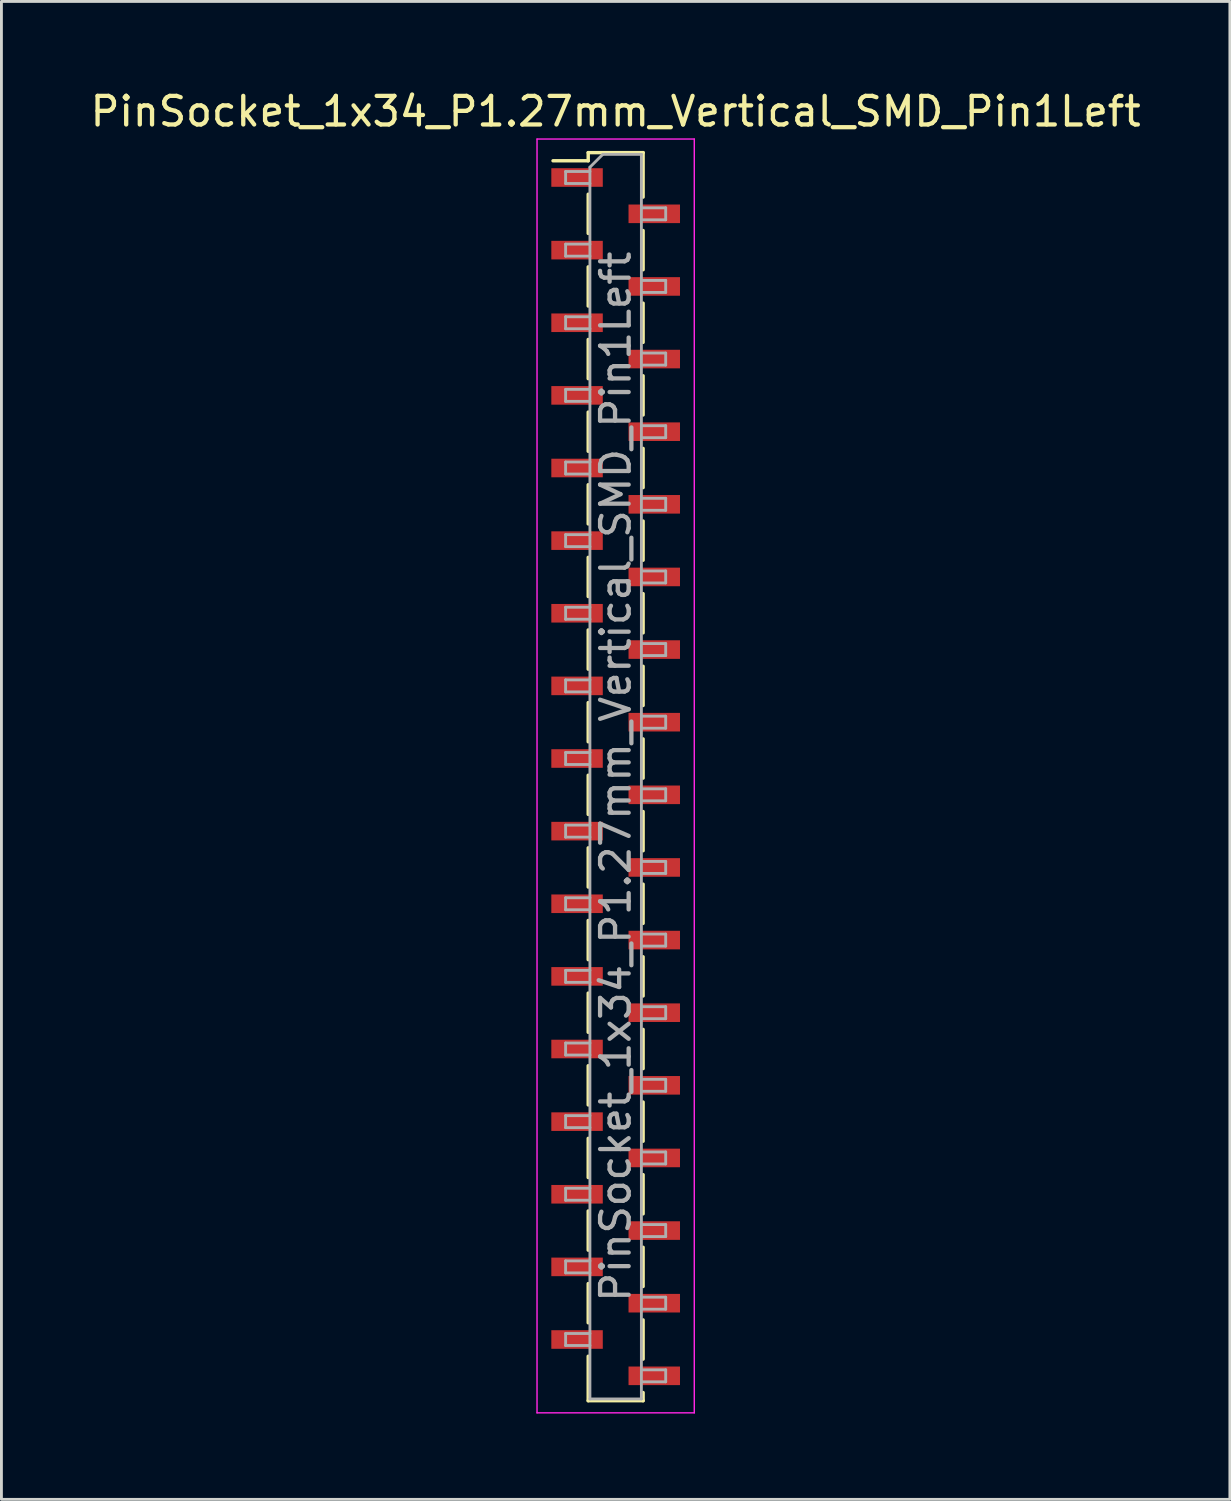
<source format=kicad_pcb>
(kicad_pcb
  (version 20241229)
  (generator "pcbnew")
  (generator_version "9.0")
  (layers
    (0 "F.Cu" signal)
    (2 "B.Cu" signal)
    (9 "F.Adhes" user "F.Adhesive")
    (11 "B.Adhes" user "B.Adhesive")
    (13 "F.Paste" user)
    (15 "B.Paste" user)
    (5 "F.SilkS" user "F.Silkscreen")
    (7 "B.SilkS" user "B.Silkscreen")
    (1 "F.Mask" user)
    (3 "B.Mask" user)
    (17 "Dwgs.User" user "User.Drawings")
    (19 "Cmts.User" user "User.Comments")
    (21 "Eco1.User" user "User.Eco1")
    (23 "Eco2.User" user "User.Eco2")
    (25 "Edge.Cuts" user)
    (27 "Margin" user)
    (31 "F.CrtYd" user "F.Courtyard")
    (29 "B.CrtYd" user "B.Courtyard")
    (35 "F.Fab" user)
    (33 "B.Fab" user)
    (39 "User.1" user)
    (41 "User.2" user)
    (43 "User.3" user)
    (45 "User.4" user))
  (footprint "PinSocket_1x34_P1.27mm_Vertical_SMD_Pin1Left"
    (layer "F.Cu")
    (at 18.482 24.113)
    (property "Reference" "PinSocket_1x34_P1.27mm_Vertical_SMD_Pin1Left" (at 0 -23.265 0) (layer "F.SilkS") (effects (font (size 1 1) (thickness 0.15))))
    (attr smd)
    (fp_line (start -2.19 -21.54) (end -0.96 -21.54) (stroke (width 0.12) (type solid)) (layer "F.SilkS"))
    (fp_line (start -0.96 -21.825) (end -0.96 -21.54) (stroke (width 0.12) (type solid)) (layer "F.SilkS"))
    (fp_line (start -0.96 -21.825) (end 0.96 -21.825) (stroke (width 0.12) (type solid)) (layer "F.SilkS"))
    (fp_line (start -0.96 -20.37) (end -0.96 -19) (stroke (width 0.12) (type solid)) (layer "F.SilkS"))
    (fp_line (start -0.96 -17.83) (end -0.96 -16.46) (stroke (width 0.12) (type solid)) (layer "F.SilkS"))
    (fp_line (start -0.96 -15.29) (end -0.96 -13.92) (stroke (width 0.12) (type solid)) (layer "F.SilkS"))
    (fp_line (start -0.96 -12.75) (end -0.96 -11.38) (stroke (width 0.12) (type solid)) (layer "F.SilkS"))
    (fp_line (start -0.96 -10.21) (end -0.96 -8.84) (stroke (width 0.12) (type solid)) (layer "F.SilkS"))
    (fp_line (start -0.96 -7.67) (end -0.96 -6.3) (stroke (width 0.12) (type solid)) (layer "F.SilkS"))
    (fp_line (start -0.96 -5.13) (end -0.96 -3.76) (stroke (width 0.12) (type solid)) (layer "F.SilkS"))
    (fp_line (start -0.96 -2.59) (end -0.96 -1.22) (stroke (width 0.12) (type solid)) (layer "F.SilkS"))
    (fp_line (start -0.96 -0.05) (end -0.96 1.32) (stroke (width 0.12) (type solid)) (layer "F.SilkS"))
    (fp_line (start -0.96 2.49) (end -0.96 3.86) (stroke (width 0.12) (type solid)) (layer "F.SilkS"))
    (fp_line (start -0.96 5.03) (end -0.96 6.4) (stroke (width 0.12) (type solid)) (layer "F.SilkS"))
    (fp_line (start -0.96 7.57) (end -0.96 8.94) (stroke (width 0.12) (type solid)) (layer "F.SilkS"))
    (fp_line (start -0.96 10.11) (end -0.96 11.48) (stroke (width 0.12) (type solid)) (layer "F.SilkS"))
    (fp_line (start -0.96 12.65) (end -0.96 14.02) (stroke (width 0.12) (type solid)) (layer "F.SilkS"))
    (fp_line (start -0.96 15.19) (end -0.96 16.56) (stroke (width 0.12) (type solid)) (layer "F.SilkS"))
    (fp_line (start -0.96 17.73) (end -0.96 19.1) (stroke (width 0.12) (type solid)) (layer "F.SilkS"))
    (fp_line (start -0.96 20.27) (end -0.96 21.825) (stroke (width 0.12) (type solid)) (layer "F.SilkS"))
    (fp_line (start -0.96 21.825) (end 0.96 21.825) (stroke (width 0.12) (type solid)) (layer "F.SilkS"))
    (fp_line (start 0.96 -21.825) (end 0.96 -20.27) (stroke (width 0.12) (type solid)) (layer "F.SilkS"))
    (fp_line (start 0.96 -19.1) (end 0.96 -17.73) (stroke (width 0.12) (type solid)) (layer "F.SilkS"))
    (fp_line (start 0.96 -16.56) (end 0.96 -15.19) (stroke (width 0.12) (type solid)) (layer "F.SilkS"))
    (fp_line (start 0.96 -14.02) (end 0.96 -12.65) (stroke (width 0.12) (type solid)) (layer "F.SilkS"))
    (fp_line (start 0.96 -11.48) (end 0.96 -10.11) (stroke (width 0.12) (type solid)) (layer "F.SilkS"))
    (fp_line (start 0.96 -8.94) (end 0.96 -7.57) (stroke (width 0.12) (type solid)) (layer "F.SilkS"))
    (fp_line (start 0.96 -6.4) (end 0.96 -5.03) (stroke (width 0.12) (type solid)) (layer "F.SilkS"))
    (fp_line (start 0.96 -3.86) (end 0.96 -2.49) (stroke (width 0.12) (type solid)) (layer "F.SilkS"))
    (fp_line (start 0.96 -1.32) (end 0.96 0.05) (stroke (width 0.12) (type solid)) (layer "F.SilkS"))
    (fp_line (start 0.96 1.22) (end 0.96 2.59) (stroke (width 0.12) (type solid)) (layer "F.SilkS"))
    (fp_line (start 0.96 3.76) (end 0.96 5.13) (stroke (width 0.12) (type solid)) (layer "F.SilkS"))
    (fp_line (start 0.96 6.3) (end 0.96 7.67) (stroke (width 0.12) (type solid)) (layer "F.SilkS"))
    (fp_line (start 0.96 8.84) (end 0.96 10.21) (stroke (width 0.12) (type solid)) (layer "F.SilkS"))
    (fp_line (start 0.96 11.38) (end 0.96 12.75) (stroke (width 0.12) (type solid)) (layer "F.SilkS"))
    (fp_line (start 0.96 13.92) (end 0.96 15.29) (stroke (width 0.12) (type solid)) (layer "F.SilkS"))
    (fp_line (start 0.96 16.46) (end 0.96 17.83) (stroke (width 0.12) (type solid)) (layer "F.SilkS"))
    (fp_line (start 0.96 19) (end 0.96 20.37) (stroke (width 0.12) (type solid)) (layer "F.SilkS"))
    (fp_line (start 0.96 21.54) (end 0.96 21.825) (stroke (width 0.12) (type solid)) (layer "F.SilkS"))
    (fp_line (start -2.75 -22.3) (end 2.75 -22.3) (stroke (width 0.05) (type solid)) (layer "F.CrtYd"))
    (fp_line (start -2.75 22.25) (end -2.75 -22.3) (stroke (width 0.05) (type solid)) (layer "F.CrtYd"))
    (fp_line (start 2.75 -22.3) (end 2.75 22.25) (stroke (width 0.05) (type solid)) (layer "F.CrtYd"))
    (fp_line (start 2.75 22.25) (end -2.75 22.25) (stroke (width 0.05) (type solid)) (layer "F.CrtYd"))
    (fp_line (start -1.75 -21.165) (end -0.9 -21.165) (stroke (width 0.1) (type solid)) (layer "F.Fab"))
    (fp_line (start -1.75 -20.745) (end -1.75 -21.165) (stroke (width 0.1) (type solid)) (layer "F.Fab"))
    (fp_line (start -1.75 -18.625) (end -0.9 -18.625) (stroke (width 0.1) (type solid)) (layer "F.Fab"))
    (fp_line (start -1.75 -18.205) (end -1.75 -18.625) (stroke (width 0.1) (type solid)) (layer "F.Fab"))
    (fp_line (start -1.75 -16.085) (end -0.9 -16.085) (stroke (width 0.1) (type solid)) (layer "F.Fab"))
    (fp_line (start -1.75 -15.665) (end -1.75 -16.085) (stroke (width 0.1) (type solid)) (layer "F.Fab"))
    (fp_line (start -1.75 -13.545) (end -0.9 -13.545) (stroke (width 0.1) (type solid)) (layer "F.Fab"))
    (fp_line (start -1.75 -13.125) (end -1.75 -13.545) (stroke (width 0.1) (type solid)) (layer "F.Fab"))
    (fp_line (start -1.75 -11.005) (end -0.9 -11.005) (stroke (width 0.1) (type solid)) (layer "F.Fab"))
    (fp_line (start -1.75 -10.585) (end -1.75 -11.005) (stroke (width 0.1) (type solid)) (layer "F.Fab"))
    (fp_line (start -1.75 -8.465) (end -0.9 -8.465) (stroke (width 0.1) (type solid)) (layer "F.Fab"))
    (fp_line (start -1.75 -8.045) (end -1.75 -8.465) (stroke (width 0.1) (type solid)) (layer "F.Fab"))
    (fp_line (start -1.75 -5.925) (end -0.9 -5.925) (stroke (width 0.1) (type solid)) (layer "F.Fab"))
    (fp_line (start -1.75 -5.505) (end -1.75 -5.925) (stroke (width 0.1) (type solid)) (layer "F.Fab"))
    (fp_line (start -1.75 -3.385) (end -0.9 -3.385) (stroke (width 0.1) (type solid)) (layer "F.Fab"))
    (fp_line (start -1.75 -2.965) (end -1.75 -3.385) (stroke (width 0.1) (type solid)) (layer "F.Fab"))
    (fp_line (start -1.75 -0.845) (end -0.9 -0.845) (stroke (width 0.1) (type solid)) (layer "F.Fab"))
    (fp_line (start -1.75 -0.425) (end -1.75 -0.845) (stroke (width 0.1) (type solid)) (layer "F.Fab"))
    (fp_line (start -1.75 1.695) (end -0.9 1.695) (stroke (width 0.1) (type solid)) (layer "F.Fab"))
    (fp_line (start -1.75 2.115) (end -1.75 1.695) (stroke (width 0.1) (type solid)) (layer "F.Fab"))
    (fp_line (start -1.75 4.235) (end -0.9 4.235) (stroke (width 0.1) (type solid)) (layer "F.Fab"))
    (fp_line (start -1.75 4.655) (end -1.75 4.235) (stroke (width 0.1) (type solid)) (layer "F.Fab"))
    (fp_line (start -1.75 6.775) (end -0.9 6.775) (stroke (width 0.1) (type solid)) (layer "F.Fab"))
    (fp_line (start -1.75 7.195) (end -1.75 6.775) (stroke (width 0.1) (type solid)) (layer "F.Fab"))
    (fp_line (start -1.75 9.315) (end -0.9 9.315) (stroke (width 0.1) (type solid)) (layer "F.Fab"))
    (fp_line (start -1.75 9.735) (end -1.75 9.315) (stroke (width 0.1) (type solid)) (layer "F.Fab"))
    (fp_line (start -1.75 11.855) (end -0.9 11.855) (stroke (width 0.1) (type solid)) (layer "F.Fab"))
    (fp_line (start -1.75 12.275) (end -1.75 11.855) (stroke (width 0.1) (type solid)) (layer "F.Fab"))
    (fp_line (start -1.75 14.395) (end -0.9 14.395) (stroke (width 0.1) (type solid)) (layer "F.Fab"))
    (fp_line (start -1.75 14.815) (end -1.75 14.395) (stroke (width 0.1) (type solid)) (layer "F.Fab"))
    (fp_line (start -1.75 16.935) (end -0.9 16.935) (stroke (width 0.1) (type solid)) (layer "F.Fab"))
    (fp_line (start -1.75 17.355) (end -1.75 16.935) (stroke (width 0.1) (type solid)) (layer "F.Fab"))
    (fp_line (start -1.75 19.475) (end -0.9 19.475) (stroke (width 0.1) (type solid)) (layer "F.Fab"))
    (fp_line (start -1.75 19.895) (end -1.75 19.475) (stroke (width 0.1) (type solid)) (layer "F.Fab"))
    (fp_line (start -0.9 -21.315) (end -0.45 -21.765) (stroke (width 0.1) (type solid)) (layer "F.Fab"))
    (fp_line (start -0.9 -20.745) (end -1.75 -20.745) (stroke (width 0.1) (type solid)) (layer "F.Fab"))
    (fp_line (start -0.9 -18.205) (end -1.75 -18.205) (stroke (width 0.1) (type solid)) (layer "F.Fab"))
    (fp_line (start -0.9 -15.665) (end -1.75 -15.665) (stroke (width 0.1) (type solid)) (layer "F.Fab"))
    (fp_line (start -0.9 -13.125) (end -1.75 -13.125) (stroke (width 0.1) (type solid)) (layer "F.Fab"))
    (fp_line (start -0.9 -10.585) (end -1.75 -10.585) (stroke (width 0.1) (type solid)) (layer "F.Fab"))
    (fp_line (start -0.9 -8.045) (end -1.75 -8.045) (stroke (width 0.1) (type solid)) (layer "F.Fab"))
    (fp_line (start -0.9 -5.505) (end -1.75 -5.505) (stroke (width 0.1) (type solid)) (layer "F.Fab"))
    (fp_line (start -0.9 -2.965) (end -1.75 -2.965) (stroke (width 0.1) (type solid)) (layer "F.Fab"))
    (fp_line (start -0.9 -0.425) (end -1.75 -0.425) (stroke (width 0.1) (type solid)) (layer "F.Fab"))
    (fp_line (start -0.9 2.115) (end -1.75 2.115) (stroke (width 0.1) (type solid)) (layer "F.Fab"))
    (fp_line (start -0.9 4.655) (end -1.75 4.655) (stroke (width 0.1) (type solid)) (layer "F.Fab"))
    (fp_line (start -0.9 7.195) (end -1.75 7.195) (stroke (width 0.1) (type solid)) (layer "F.Fab"))
    (fp_line (start -0.9 9.735) (end -1.75 9.735) (stroke (width 0.1) (type solid)) (layer "F.Fab"))
    (fp_line (start -0.9 12.275) (end -1.75 12.275) (stroke (width 0.1) (type solid)) (layer "F.Fab"))
    (fp_line (start -0.9 14.815) (end -1.75 14.815) (stroke (width 0.1) (type solid)) (layer "F.Fab"))
    (fp_line (start -0.9 17.355) (end -1.75 17.355) (stroke (width 0.1) (type solid)) (layer "F.Fab"))
    (fp_line (start -0.9 19.895) (end -1.75 19.895) (stroke (width 0.1) (type solid)) (layer "F.Fab"))
    (fp_line (start -0.9 21.765) (end -0.9 -21.315) (stroke (width 0.1) (type solid)) (layer "F.Fab"))
    (fp_line (start -0.45 -21.765) (end 0.9 -21.765) (stroke (width 0.1) (type solid)) (layer "F.Fab"))
    (fp_line (start 0.9 -21.765) (end 0.9 21.765) (stroke (width 0.1) (type solid)) (layer "F.Fab"))
    (fp_line (start 0.9 -19.895) (end 1.75 -19.895) (stroke (width 0.1) (type solid)) (layer "F.Fab"))
    (fp_line (start 0.9 -17.355) (end 1.75 -17.355) (stroke (width 0.1) (type solid)) (layer "F.Fab"))
    (fp_line (start 0.9 -14.815) (end 1.75 -14.815) (stroke (width 0.1) (type solid)) (layer "F.Fab"))
    (fp_line (start 0.9 -12.275) (end 1.75 -12.275) (stroke (width 0.1) (type solid)) (layer "F.Fab"))
    (fp_line (start 0.9 -9.735) (end 1.75 -9.735) (stroke (width 0.1) (type solid)) (layer "F.Fab"))
    (fp_line (start 0.9 -7.195) (end 1.75 -7.195) (stroke (width 0.1) (type solid)) (layer "F.Fab"))
    (fp_line (start 0.9 -4.655) (end 1.75 -4.655) (stroke (width 0.1) (type solid)) (layer "F.Fab"))
    (fp_line (start 0.9 -2.115) (end 1.75 -2.115) (stroke (width 0.1) (type solid)) (layer "F.Fab"))
    (fp_line (start 0.9 0.425) (end 1.75 0.425) (stroke (width 0.1) (type solid)) (layer "F.Fab"))
    (fp_line (start 0.9 2.965) (end 1.75 2.965) (stroke (width 0.1) (type solid)) (layer "F.Fab"))
    (fp_line (start 0.9 5.505) (end 1.75 5.505) (stroke (width 0.1) (type solid)) (layer "F.Fab"))
    (fp_line (start 0.9 8.045) (end 1.75 8.045) (stroke (width 0.1) (type solid)) (layer "F.Fab"))
    (fp_line (start 0.9 10.585) (end 1.75 10.585) (stroke (width 0.1) (type solid)) (layer "F.Fab"))
    (fp_line (start 0.9 13.125) (end 1.75 13.125) (stroke (width 0.1) (type solid)) (layer "F.Fab"))
    (fp_line (start 0.9 15.665) (end 1.75 15.665) (stroke (width 0.1) (type solid)) (layer "F.Fab"))
    (fp_line (start 0.9 18.205) (end 1.75 18.205) (stroke (width 0.1) (type solid)) (layer "F.Fab"))
    (fp_line (start 0.9 20.745) (end 1.75 20.745) (stroke (width 0.1) (type solid)) (layer "F.Fab"))
    (fp_line (start 0.9 21.765) (end -0.9 21.765) (stroke (width 0.1) (type solid)) (layer "F.Fab"))
    (fp_line (start 1.75 -19.895) (end 1.75 -19.475) (stroke (width 0.1) (type solid)) (layer "F.Fab"))
    (fp_line (start 1.75 -19.475) (end 0.9 -19.475) (stroke (width 0.1) (type solid)) (layer "F.Fab"))
    (fp_line (start 1.75 -17.355) (end 1.75 -16.935) (stroke (width 0.1) (type solid)) (layer "F.Fab"))
    (fp_line (start 1.75 -16.935) (end 0.9 -16.935) (stroke (width 0.1) (type solid)) (layer "F.Fab"))
    (fp_line (start 1.75 -14.815) (end 1.75 -14.395) (stroke (width 0.1) (type solid)) (layer "F.Fab"))
    (fp_line (start 1.75 -14.395) (end 0.9 -14.395) (stroke (width 0.1) (type solid)) (layer "F.Fab"))
    (fp_line (start 1.75 -12.275) (end 1.75 -11.855) (stroke (width 0.1) (type solid)) (layer "F.Fab"))
    (fp_line (start 1.75 -11.855) (end 0.9 -11.855) (stroke (width 0.1) (type solid)) (layer "F.Fab"))
    (fp_line (start 1.75 -9.735) (end 1.75 -9.315) (stroke (width 0.1) (type solid)) (layer "F.Fab"))
    (fp_line (start 1.75 -9.315) (end 0.9 -9.315) (stroke (width 0.1) (type solid)) (layer "F.Fab"))
    (fp_line (start 1.75 -7.195) (end 1.75 -6.775) (stroke (width 0.1) (type solid)) (layer "F.Fab"))
    (fp_line (start 1.75 -6.775) (end 0.9 -6.775) (stroke (width 0.1) (type solid)) (layer "F.Fab"))
    (fp_line (start 1.75 -4.655) (end 1.75 -4.235) (stroke (width 0.1) (type solid)) (layer "F.Fab"))
    (fp_line (start 1.75 -4.235) (end 0.9 -4.235) (stroke (width 0.1) (type solid)) (layer "F.Fab"))
    (fp_line (start 1.75 -2.115) (end 1.75 -1.695) (stroke (width 0.1) (type solid)) (layer "F.Fab"))
    (fp_line (start 1.75 -1.695) (end 0.9 -1.695) (stroke (width 0.1) (type solid)) (layer "F.Fab"))
    (fp_line (start 1.75 0.425) (end 1.75 0.845) (stroke (width 0.1) (type solid)) (layer "F.Fab"))
    (fp_line (start 1.75 0.845) (end 0.9 0.845) (stroke (width 0.1) (type solid)) (layer "F.Fab"))
    (fp_line (start 1.75 2.965) (end 1.75 3.385) (stroke (width 0.1) (type solid)) (layer "F.Fab"))
    (fp_line (start 1.75 3.385) (end 0.9 3.385) (stroke (width 0.1) (type solid)) (layer "F.Fab"))
    (fp_line (start 1.75 5.505) (end 1.75 5.925) (stroke (width 0.1) (type solid)) (layer "F.Fab"))
    (fp_line (start 1.75 5.925) (end 0.9 5.925) (stroke (width 0.1) (type solid)) (layer "F.Fab"))
    (fp_line (start 1.75 8.045) (end 1.75 8.465) (stroke (width 0.1) (type solid)) (layer "F.Fab"))
    (fp_line (start 1.75 8.465) (end 0.9 8.465) (stroke (width 0.1) (type solid)) (layer "F.Fab"))
    (fp_line (start 1.75 10.585) (end 1.75 11.005) (stroke (width 0.1) (type solid)) (layer "F.Fab"))
    (fp_line (start 1.75 11.005) (end 0.9 11.005) (stroke (width 0.1) (type solid)) (layer "F.Fab"))
    (fp_line (start 1.75 13.125) (end 1.75 13.545) (stroke (width 0.1) (type solid)) (layer "F.Fab"))
    (fp_line (start 1.75 13.545) (end 0.9 13.545) (stroke (width 0.1) (type solid)) (layer "F.Fab"))
    (fp_line (start 1.75 15.665) (end 1.75 16.085) (stroke (width 0.1) (type solid)) (layer "F.Fab"))
    (fp_line (start 1.75 16.085) (end 0.9 16.085) (stroke (width 0.1) (type solid)) (layer "F.Fab"))
    (fp_line (start 1.75 18.205) (end 1.75 18.625) (stroke (width 0.1) (type solid)) (layer "F.Fab"))
    (fp_line (start 1.75 18.625) (end 0.9 18.625) (stroke (width 0.1) (type solid)) (layer "F.Fab"))
    (fp_line (start 1.75 20.745) (end 1.75 21.165) (stroke (width 0.1) (type solid)) (layer "F.Fab"))
    (fp_line (start 1.75 21.165) (end 0.9 21.165) (stroke (width 0.1) (type solid)) (layer "F.Fab"))
    (fp_text user "${REFERENCE}" (at 0 0 90) (layer "F.Fab") (effects (font (size 1 1) (thickness 0.15))))
    (pad "1" smd rect (at -1.35 -20.955) (size 1.8 0.65) (layers "F.Cu" "F.Mask" "F.Paste"))
    (pad "2" smd rect (at 1.35 -19.685) (size 1.8 0.65) (layers "F.Cu" "F.Mask" "F.Paste"))
    (pad "3" smd rect (at -1.35 -18.415) (size 1.8 0.65) (layers "F.Cu" "F.Mask" "F.Paste"))
    (pad "4" smd rect (at 1.35 -17.145) (size 1.8 0.65) (layers "F.Cu" "F.Mask" "F.Paste"))
    (pad "5" smd rect (at -1.35 -15.875) (size 1.8 0.65) (layers "F.Cu" "F.Mask" "F.Paste"))
    (pad "6" smd rect (at 1.35 -14.605) (size 1.8 0.65) (layers "F.Cu" "F.Mask" "F.Paste"))
    (pad "7" smd rect (at -1.35 -13.335) (size 1.8 0.65) (layers "F.Cu" "F.Mask" "F.Paste"))
    (pad "8" smd rect (at 1.35 -12.065) (size 1.8 0.65) (layers "F.Cu" "F.Mask" "F.Paste"))
    (pad "9" smd rect (at -1.35 -10.795) (size 1.8 0.65) (layers "F.Cu" "F.Mask" "F.Paste"))
    (pad "10" smd rect (at 1.35 -9.525) (size 1.8 0.65) (layers "F.Cu" "F.Mask" "F.Paste"))
    (pad "11" smd rect (at -1.35 -8.255) (size 1.8 0.65) (layers "F.Cu" "F.Mask" "F.Paste"))
    (pad "12" smd rect (at 1.35 -6.985) (size 1.8 0.65) (layers "F.Cu" "F.Mask" "F.Paste"))
    (pad "13" smd rect (at -1.35 -5.715) (size 1.8 0.65) (layers "F.Cu" "F.Mask" "F.Paste"))
    (pad "14" smd rect (at 1.35 -4.445) (size 1.8 0.65) (layers "F.Cu" "F.Mask" "F.Paste"))
    (pad "15" smd rect (at -1.35 -3.175) (size 1.8 0.65) (layers "F.Cu" "F.Mask" "F.Paste"))
    (pad "16" smd rect (at 1.35 -1.905) (size 1.8 0.65) (layers "F.Cu" "F.Mask" "F.Paste"))
    (pad "17" smd rect (at -1.35 -0.635) (size 1.8 0.65) (layers "F.Cu" "F.Mask" "F.Paste"))
    (pad "18" smd rect (at 1.35 0.635) (size 1.8 0.65) (layers "F.Cu" "F.Mask" "F.Paste"))
    (pad "19" smd rect (at -1.35 1.905) (size 1.8 0.65) (layers "F.Cu" "F.Mask" "F.Paste"))
    (pad "20" smd rect (at 1.35 3.175) (size 1.8 0.65) (layers "F.Cu" "F.Mask" "F.Paste"))
    (pad "21" smd rect (at -1.35 4.445) (size 1.8 0.65) (layers "F.Cu" "F.Mask" "F.Paste"))
    (pad "22" smd rect (at 1.35 5.715) (size 1.8 0.65) (layers "F.Cu" "F.Mask" "F.Paste"))
    (pad "23" smd rect (at -1.35 6.985) (size 1.8 0.65) (layers "F.Cu" "F.Mask" "F.Paste"))
    (pad "24" smd rect (at 1.35 8.255) (size 1.8 0.65) (layers "F.Cu" "F.Mask" "F.Paste"))
    (pad "25" smd rect (at -1.35 9.525) (size 1.8 0.65) (layers "F.Cu" "F.Mask" "F.Paste"))
    (pad "26" smd rect (at 1.35 10.795) (size 1.8 0.65) (layers "F.Cu" "F.Mask" "F.Paste"))
    (pad "27" smd rect (at -1.35 12.065) (size 1.8 0.65) (layers "F.Cu" "F.Mask" "F.Paste"))
    (pad "28" smd rect (at 1.35 13.335) (size 1.8 0.65) (layers "F.Cu" "F.Mask" "F.Paste"))
    (pad "29" smd rect (at -1.35 14.605) (size 1.8 0.65) (layers "F.Cu" "F.Mask" "F.Paste"))
    (pad "30" smd rect (at 1.35 15.875) (size 1.8 0.65) (layers "F.Cu" "F.Mask" "F.Paste"))
    (pad "31" smd rect (at -1.35 17.145) (size 1.8 0.65) (layers "F.Cu" "F.Mask" "F.Paste"))
    (pad "32" smd rect (at 1.35 18.415) (size 1.8 0.65) (layers "F.Cu" "F.Mask" "F.Paste"))
    (pad "33" smd rect (at -1.35 19.685) (size 1.8 0.65) (layers "F.Cu" "F.Mask" "F.Paste"))
    (pad "34" smd rect (at 1.35 20.955) (size 1.8 0.65) (layers "F.Cu" "F.Mask" "F.Paste")))
  (gr_rect
    (start -3 -3)
    (end 39.964 49.388)
    (stroke (width 0.1) (type default))
    (fill no)
    (layer "Edge.Cuts")))
</source>
